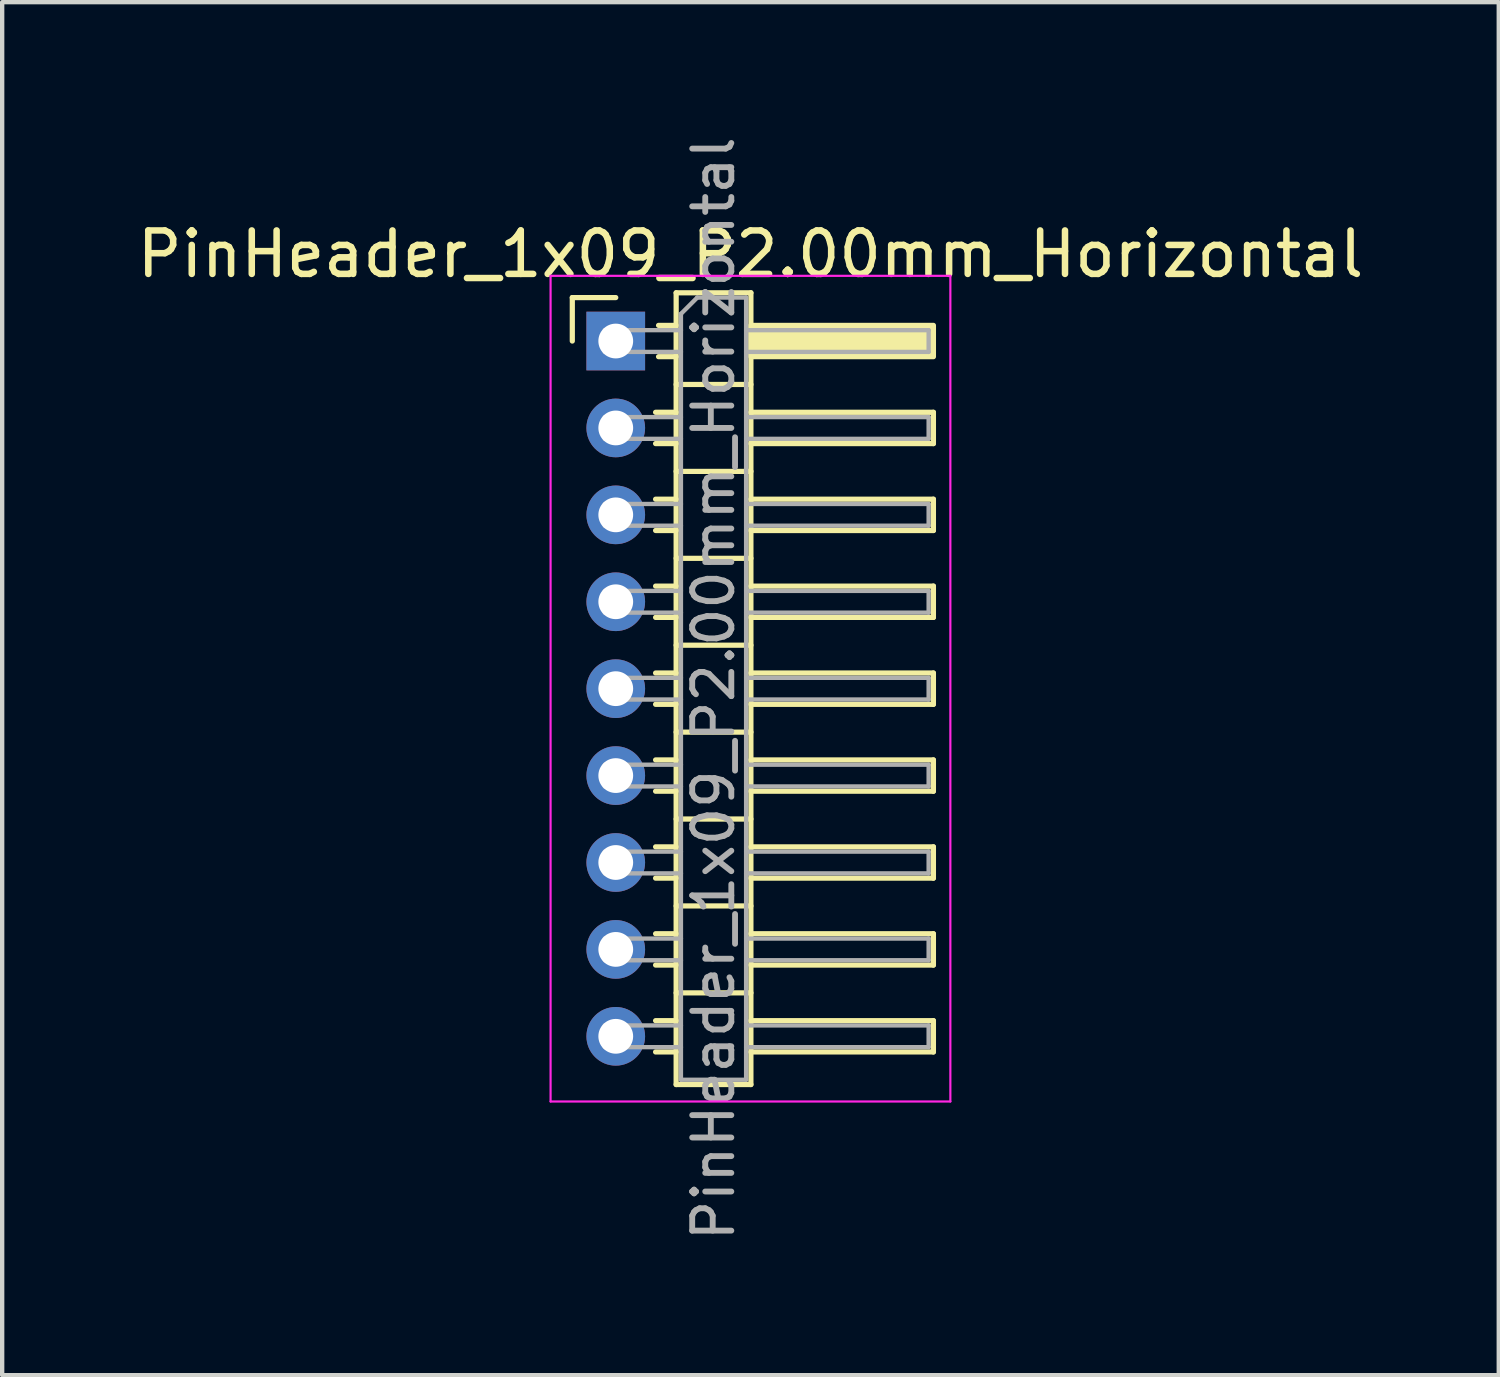
<source format=kicad_pcb>
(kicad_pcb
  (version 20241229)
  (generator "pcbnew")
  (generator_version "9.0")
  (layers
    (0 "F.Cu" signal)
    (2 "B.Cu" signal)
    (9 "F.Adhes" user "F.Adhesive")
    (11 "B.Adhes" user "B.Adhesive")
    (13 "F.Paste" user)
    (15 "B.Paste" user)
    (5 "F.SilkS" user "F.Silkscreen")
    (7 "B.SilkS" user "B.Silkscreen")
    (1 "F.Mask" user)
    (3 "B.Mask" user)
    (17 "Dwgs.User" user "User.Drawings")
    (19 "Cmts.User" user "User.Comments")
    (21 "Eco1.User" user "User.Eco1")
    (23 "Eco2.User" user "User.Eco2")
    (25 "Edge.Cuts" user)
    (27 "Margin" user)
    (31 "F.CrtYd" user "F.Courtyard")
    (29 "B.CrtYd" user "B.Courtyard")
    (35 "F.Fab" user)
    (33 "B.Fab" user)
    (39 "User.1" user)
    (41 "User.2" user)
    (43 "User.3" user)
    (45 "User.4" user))
  (footprint "PinHeader_1x09_P2.00mm_Horizontal"
    (layer "F.Cu")
    (at 11.12 4.798)
    (property "Reference" "PinHeader_1x09_P2.00mm_Horizontal" (at 3.1 -2 0) (layer "F.SilkS") (effects (font (size 1 1) (thickness 0.15))))
    (attr through_hole)
    (fp_line (start -1 -1) (end 0 -1) (stroke (width 0.12) (type solid)) (layer "F.SilkS"))
    (fp_line (start -1 0) (end -1 -1) (stroke (width 0.12) (type solid)) (layer "F.SilkS"))
    (fp_line (start 0.917 1.64) (end 1.39 1.64) (stroke (width 0.12) (type solid)) (layer "F.SilkS"))
    (fp_line (start 0.917 2.36) (end 1.39 2.36) (stroke (width 0.12) (type solid)) (layer "F.SilkS"))
    (fp_line (start 0.917 3.64) (end 1.39 3.64) (stroke (width 0.12) (type solid)) (layer "F.SilkS"))
    (fp_line (start 0.917 4.36) (end 1.39 4.36) (stroke (width 0.12) (type solid)) (layer "F.SilkS"))
    (fp_line (start 0.917 5.64) (end 1.39 5.64) (stroke (width 0.12) (type solid)) (layer "F.SilkS"))
    (fp_line (start 0.917 6.36) (end 1.39 6.36) (stroke (width 0.12) (type solid)) (layer "F.SilkS"))
    (fp_line (start 0.917 7.64) (end 1.39 7.64) (stroke (width 0.12) (type solid)) (layer "F.SilkS"))
    (fp_line (start 0.917 8.36) (end 1.39 8.36) (stroke (width 0.12) (type solid)) (layer "F.SilkS"))
    (fp_line (start 0.917 9.64) (end 1.39 9.64) (stroke (width 0.12) (type solid)) (layer "F.SilkS"))
    (fp_line (start 0.917 10.36) (end 1.39 10.36) (stroke (width 0.12) (type solid)) (layer "F.SilkS"))
    (fp_line (start 0.917 11.64) (end 1.39 11.64) (stroke (width 0.12) (type solid)) (layer "F.SilkS"))
    (fp_line (start 0.917 12.36) (end 1.39 12.36) (stroke (width 0.12) (type solid)) (layer "F.SilkS"))
    (fp_line (start 0.917 13.64) (end 1.39 13.64) (stroke (width 0.12) (type solid)) (layer "F.SilkS"))
    (fp_line (start 0.917 14.36) (end 1.39 14.36) (stroke (width 0.12) (type solid)) (layer "F.SilkS"))
    (fp_line (start 0.917 15.64) (end 1.39 15.64) (stroke (width 0.12) (type solid)) (layer "F.SilkS"))
    (fp_line (start 0.917 16.36) (end 1.39 16.36) (stroke (width 0.12) (type solid)) (layer "F.SilkS"))
    (fp_line (start 0.985 -0.36) (end 1.39 -0.36) (stroke (width 0.12) (type solid)) (layer "F.SilkS"))
    (fp_line (start 0.985 0.36) (end 1.39 0.36) (stroke (width 0.12) (type solid)) (layer "F.SilkS"))
    (fp_line (start 1.39 -1.11) (end 1.39 17.11) (stroke (width 0.12) (type solid)) (layer "F.SilkS"))
    (fp_line (start 1.39 1) (end 3.11 1) (stroke (width 0.12) (type solid)) (layer "F.SilkS"))
    (fp_line (start 1.39 3) (end 3.11 3) (stroke (width 0.12) (type solid)) (layer "F.SilkS"))
    (fp_line (start 1.39 5) (end 3.11 5) (stroke (width 0.12) (type solid)) (layer "F.SilkS"))
    (fp_line (start 1.39 7) (end 3.11 7) (stroke (width 0.12) (type solid)) (layer "F.SilkS"))
    (fp_line (start 1.39 9) (end 3.11 9) (stroke (width 0.12) (type solid)) (layer "F.SilkS"))
    (fp_line (start 1.39 11) (end 3.11 11) (stroke (width 0.12) (type solid)) (layer "F.SilkS"))
    (fp_line (start 1.39 13) (end 3.11 13) (stroke (width 0.12) (type solid)) (layer "F.SilkS"))
    (fp_line (start 1.39 15) (end 3.11 15) (stroke (width 0.12) (type solid)) (layer "F.SilkS"))
    (fp_line (start 1.39 17.11) (end 3.11 17.11) (stroke (width 0.12) (type solid)) (layer "F.SilkS"))
    (fp_line (start 3.11 -1.11) (end 1.39 -1.11) (stroke (width 0.12) (type solid)) (layer "F.SilkS"))
    (fp_line (start 3.11 1.64) (end 7.31 1.64) (stroke (width 0.12) (type solid)) (layer "F.SilkS"))
    (fp_line (start 3.11 3.64) (end 7.31 3.64) (stroke (width 0.12) (type solid)) (layer "F.SilkS"))
    (fp_line (start 3.11 5.64) (end 7.31 5.64) (stroke (width 0.12) (type solid)) (layer "F.SilkS"))
    (fp_line (start 3.11 7.64) (end 7.31 7.64) (stroke (width 0.12) (type solid)) (layer "F.SilkS"))
    (fp_line (start 3.11 9.64) (end 7.31 9.64) (stroke (width 0.12) (type solid)) (layer "F.SilkS"))
    (fp_line (start 3.11 11.64) (end 7.31 11.64) (stroke (width 0.12) (type solid)) (layer "F.SilkS"))
    (fp_line (start 3.11 13.64) (end 7.31 13.64) (stroke (width 0.12) (type solid)) (layer "F.SilkS"))
    (fp_line (start 3.11 15.64) (end 7.31 15.64) (stroke (width 0.12) (type solid)) (layer "F.SilkS"))
    (fp_line (start 3.11 17.11) (end 3.11 -1.11) (stroke (width 0.12) (type solid)) (layer "F.SilkS"))
    (fp_line (start 7.31 1.64) (end 7.31 2.36) (stroke (width 0.12) (type solid)) (layer "F.SilkS"))
    (fp_line (start 7.31 2.36) (end 3.11 2.36) (stroke (width 0.12) (type solid)) (layer "F.SilkS"))
    (fp_line (start 7.31 3.64) (end 7.31 4.36) (stroke (width 0.12) (type solid)) (layer "F.SilkS"))
    (fp_line (start 7.31 4.36) (end 3.11 4.36) (stroke (width 0.12) (type solid)) (layer "F.SilkS"))
    (fp_line (start 7.31 5.64) (end 7.31 6.36) (stroke (width 0.12) (type solid)) (layer "F.SilkS"))
    (fp_line (start 7.31 6.36) (end 3.11 6.36) (stroke (width 0.12) (type solid)) (layer "F.SilkS"))
    (fp_line (start 7.31 7.64) (end 7.31 8.36) (stroke (width 0.12) (type solid)) (layer "F.SilkS"))
    (fp_line (start 7.31 8.36) (end 3.11 8.36) (stroke (width 0.12) (type solid)) (layer "F.SilkS"))
    (fp_line (start 7.31 9.64) (end 7.31 10.36) (stroke (width 0.12) (type solid)) (layer "F.SilkS"))
    (fp_line (start 7.31 10.36) (end 3.11 10.36) (stroke (width 0.12) (type solid)) (layer "F.SilkS"))
    (fp_line (start 7.31 11.64) (end 7.31 12.36) (stroke (width 0.12) (type solid)) (layer "F.SilkS"))
    (fp_line (start 7.31 12.36) (end 3.11 12.36) (stroke (width 0.12) (type solid)) (layer "F.SilkS"))
    (fp_line (start 7.31 13.64) (end 7.31 14.36) (stroke (width 0.12) (type solid)) (layer "F.SilkS"))
    (fp_line (start 7.31 14.36) (end 3.11 14.36) (stroke (width 0.12) (type solid)) (layer "F.SilkS"))
    (fp_line (start 7.31 15.64) (end 7.31 16.36) (stroke (width 0.12) (type solid)) (layer "F.SilkS"))
    (fp_line (start 7.31 16.36) (end 3.11 16.36) (stroke (width 0.12) (type solid)) (layer "F.SilkS"))
    (fp_rect (start 3.11 -0.36) (end 7.31 0.36) (stroke (width 0.12) (type solid)) (fill yes) (layer "F.SilkS"))
    (fp_line (start -1.5 -1.5) (end -1.5 17.5) (stroke (width 0.05) (type solid)) (layer "F.CrtYd"))
    (fp_line (start -1.5 17.5) (end 7.7 17.5) (stroke (width 0.05) (type solid)) (layer "F.CrtYd"))
    (fp_line (start 7.7 -1.5) (end -1.5 -1.5) (stroke (width 0.05) (type solid)) (layer "F.CrtYd"))
    (fp_line (start 7.7 17.5) (end 7.7 -1.5) (stroke (width 0.05) (type solid)) (layer "F.CrtYd"))
    (fp_line (start -0.25 -0.25) (end -0.25 0.25) (stroke (width 0.1) (type solid)) (layer "F.Fab"))
    (fp_line (start -0.25 -0.25) (end 1.5 -0.25) (stroke (width 0.1) (type solid)) (layer "F.Fab"))
    (fp_line (start -0.25 0.25) (end 1.5 0.25) (stroke (width 0.1) (type solid)) (layer "F.Fab"))
    (fp_line (start -0.25 1.75) (end -0.25 2.25) (stroke (width 0.1) (type solid)) (layer "F.Fab"))
    (fp_line (start -0.25 1.75) (end 1.5 1.75) (stroke (width 0.1) (type solid)) (layer "F.Fab"))
    (fp_line (start -0.25 2.25) (end 1.5 2.25) (stroke (width 0.1) (type solid)) (layer "F.Fab"))
    (fp_line (start -0.25 3.75) (end -0.25 4.25) (stroke (width 0.1) (type solid)) (layer "F.Fab"))
    (fp_line (start -0.25 3.75) (end 1.5 3.75) (stroke (width 0.1) (type solid)) (layer "F.Fab"))
    (fp_line (start -0.25 4.25) (end 1.5 4.25) (stroke (width 0.1) (type solid)) (layer "F.Fab"))
    (fp_line (start -0.25 5.75) (end -0.25 6.25) (stroke (width 0.1) (type solid)) (layer "F.Fab"))
    (fp_line (start -0.25 5.75) (end 1.5 5.75) (stroke (width 0.1) (type solid)) (layer "F.Fab"))
    (fp_line (start -0.25 6.25) (end 1.5 6.25) (stroke (width 0.1) (type solid)) (layer "F.Fab"))
    (fp_line (start -0.25 7.75) (end -0.25 8.25) (stroke (width 0.1) (type solid)) (layer "F.Fab"))
    (fp_line (start -0.25 7.75) (end 1.5 7.75) (stroke (width 0.1) (type solid)) (layer "F.Fab"))
    (fp_line (start -0.25 8.25) (end 1.5 8.25) (stroke (width 0.1) (type solid)) (layer "F.Fab"))
    (fp_line (start -0.25 9.75) (end -0.25 10.25) (stroke (width 0.1) (type solid)) (layer "F.Fab"))
    (fp_line (start -0.25 9.75) (end 1.5 9.75) (stroke (width 0.1) (type solid)) (layer "F.Fab"))
    (fp_line (start -0.25 10.25) (end 1.5 10.25) (stroke (width 0.1) (type solid)) (layer "F.Fab"))
    (fp_line (start -0.25 11.75) (end -0.25 12.25) (stroke (width 0.1) (type solid)) (layer "F.Fab"))
    (fp_line (start -0.25 11.75) (end 1.5 11.75) (stroke (width 0.1) (type solid)) (layer "F.Fab"))
    (fp_line (start -0.25 12.25) (end 1.5 12.25) (stroke (width 0.1) (type solid)) (layer "F.Fab"))
    (fp_line (start -0.25 13.75) (end -0.25 14.25) (stroke (width 0.1) (type solid)) (layer "F.Fab"))
    (fp_line (start -0.25 13.75) (end 1.5 13.75) (stroke (width 0.1) (type solid)) (layer "F.Fab"))
    (fp_line (start -0.25 14.25) (end 1.5 14.25) (stroke (width 0.1) (type solid)) (layer "F.Fab"))
    (fp_line (start -0.25 15.75) (end -0.25 16.25) (stroke (width 0.1) (type solid)) (layer "F.Fab"))
    (fp_line (start -0.25 15.75) (end 1.5 15.75) (stroke (width 0.1) (type solid)) (layer "F.Fab"))
    (fp_line (start -0.25 16.25) (end 1.5 16.25) (stroke (width 0.1) (type solid)) (layer "F.Fab"))
    (fp_line (start 1.5 -0.625) (end 1.875 -1) (stroke (width 0.1) (type solid)) (layer "F.Fab"))
    (fp_line (start 1.5 17) (end 1.5 -0.625) (stroke (width 0.1) (type solid)) (layer "F.Fab"))
    (fp_line (start 1.875 -1) (end 3 -1) (stroke (width 0.1) (type solid)) (layer "F.Fab"))
    (fp_line (start 3 -1) (end 3 17) (stroke (width 0.1) (type solid)) (layer "F.Fab"))
    (fp_line (start 3 -0.25) (end 7.2 -0.25) (stroke (width 0.1) (type solid)) (layer "F.Fab"))
    (fp_line (start 3 0.25) (end 7.2 0.25) (stroke (width 0.1) (type solid)) (layer "F.Fab"))
    (fp_line (start 3 1.75) (end 7.2 1.75) (stroke (width 0.1) (type solid)) (layer "F.Fab"))
    (fp_line (start 3 2.25) (end 7.2 2.25) (stroke (width 0.1) (type solid)) (layer "F.Fab"))
    (fp_line (start 3 3.75) (end 7.2 3.75) (stroke (width 0.1) (type solid)) (layer "F.Fab"))
    (fp_line (start 3 4.25) (end 7.2 4.25) (stroke (width 0.1) (type solid)) (layer "F.Fab"))
    (fp_line (start 3 5.75) (end 7.2 5.75) (stroke (width 0.1) (type solid)) (layer "F.Fab"))
    (fp_line (start 3 6.25) (end 7.2 6.25) (stroke (width 0.1) (type solid)) (layer "F.Fab"))
    (fp_line (start 3 7.75) (end 7.2 7.75) (stroke (width 0.1) (type solid)) (layer "F.Fab"))
    (fp_line (start 3 8.25) (end 7.2 8.25) (stroke (width 0.1) (type solid)) (layer "F.Fab"))
    (fp_line (start 3 9.75) (end 7.2 9.75) (stroke (width 0.1) (type solid)) (layer "F.Fab"))
    (fp_line (start 3 10.25) (end 7.2 10.25) (stroke (width 0.1) (type solid)) (layer "F.Fab"))
    (fp_line (start 3 11.75) (end 7.2 11.75) (stroke (width 0.1) (type solid)) (layer "F.Fab"))
    (fp_line (start 3 12.25) (end 7.2 12.25) (stroke (width 0.1) (type solid)) (layer "F.Fab"))
    (fp_line (start 3 13.75) (end 7.2 13.75) (stroke (width 0.1) (type solid)) (layer "F.Fab"))
    (fp_line (start 3 14.25) (end 7.2 14.25) (stroke (width 0.1) (type solid)) (layer "F.Fab"))
    (fp_line (start 3 15.75) (end 7.2 15.75) (stroke (width 0.1) (type solid)) (layer "F.Fab"))
    (fp_line (start 3 16.25) (end 7.2 16.25) (stroke (width 0.1) (type solid)) (layer "F.Fab"))
    (fp_line (start 3 17) (end 1.5 17) (stroke (width 0.1) (type solid)) (layer "F.Fab"))
    (fp_line (start 7.2 -0.25) (end 7.2 0.25) (stroke (width 0.1) (type solid)) (layer "F.Fab"))
    (fp_line (start 7.2 1.75) (end 7.2 2.25) (stroke (width 0.1) (type solid)) (layer "F.Fab"))
    (fp_line (start 7.2 3.75) (end 7.2 4.25) (stroke (width 0.1) (type solid)) (layer "F.Fab"))
    (fp_line (start 7.2 5.75) (end 7.2 6.25) (stroke (width 0.1) (type solid)) (layer "F.Fab"))
    (fp_line (start 7.2 7.75) (end 7.2 8.25) (stroke (width 0.1) (type solid)) (layer "F.Fab"))
    (fp_line (start 7.2 9.75) (end 7.2 10.25) (stroke (width 0.1) (type solid)) (layer "F.Fab"))
    (fp_line (start 7.2 11.75) (end 7.2 12.25) (stroke (width 0.1) (type solid)) (layer "F.Fab"))
    (fp_line (start 7.2 13.75) (end 7.2 14.25) (stroke (width 0.1) (type solid)) (layer "F.Fab"))
    (fp_line (start 7.2 15.75) (end 7.2 16.25) (stroke (width 0.1) (type solid)) (layer "F.Fab"))
    (fp_text user "${REFERENCE}" (at 2.25 8 90) (layer "F.Fab") (effects (font (size 0.9 0.9) (thickness 0.135))))
    (pad "1" thru_hole rect (at 0 0) (size 1.35 1.35) (drill 0.8) (layers "*.Cu" "*.Mask"))
    (pad "2" thru_hole circle (at 0 2) (size 1.35 1.35) (drill 0.8) (layers "*.Cu" "*.Mask"))
    (pad "3" thru_hole circle (at 0 4) (size 1.35 1.35) (drill 0.8) (layers "*.Cu" "*.Mask"))
    (pad "4" thru_hole circle (at 0 6) (size 1.35 1.35) (drill 0.8) (layers "*.Cu" "*.Mask"))
    (pad "5" thru_hole circle (at 0 8) (size 1.35 1.35) (drill 0.8) (layers "*.Cu" "*.Mask"))
    (pad "6" thru_hole circle (at 0 10) (size 1.35 1.35) (drill 0.8) (layers "*.Cu" "*.Mask"))
    (pad "7" thru_hole circle (at 0 12) (size 1.35 1.35) (drill 0.8) (layers "*.Cu" "*.Mask"))
    (pad "8" thru_hole circle (at 0 14) (size 1.35 1.35) (drill 0.8) (layers "*.Cu" "*.Mask"))
    (pad "9" thru_hole circle (at 0 16) (size 1.35 1.35) (drill 0.8) (layers "*.Cu" "*.Mask")))
  (gr_rect
    (start -3 -3)
    (end 31.44 28.596)
    (stroke (width 0.1) (type default))
    (fill no)
    (layer "Edge.Cuts")))
</source>
